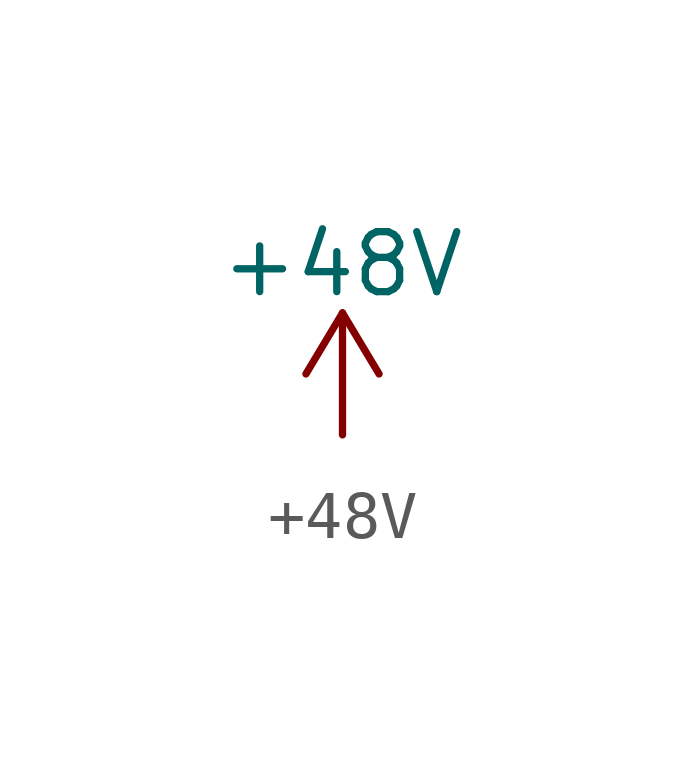
<source format=kicad_sym>
(kicad_symbol_lib
  (version 20231120)
  (generator "kicad_symbol_editor")
  (generator_version "8.0")
  (symbol "+48V"
    (power)
    (pin_numbers hide)
    (pin_names
      (offset 0) hide)
    (property "Reference" "#PWR"
      (at 0 -15 0)
      (effects (font (size 1.25 1.25)) (hide yes)))
    (property "Value" "+48V"
      (at 0 3.556 0)
      (do_not_autoplace)
      (effects (font (size 1.25 1.25))))
    (symbol "+48V_0_1"
      (polyline (pts (xy -0.762 1.27) (xy 0 2.54)) (stroke (width 0) (type default)) (fill (type none)))
      (polyline (pts (xy 0 0) (xy 0 2.54)) (stroke (width 0) (type default)) (fill (type none)))
      (polyline (pts (xy 0 2.54) (xy 0.762 1.27)) (stroke (width 0) (type default)) (fill (type none))))
    (symbol "+48V_1_1"
      (pin power_in line (at 0 0 90) (length 0) hide (name "+48V" (effects (font (size 1.25 1.25)))) (number "1" (effects (font (size 1.25 1.25))))))))
</source>
